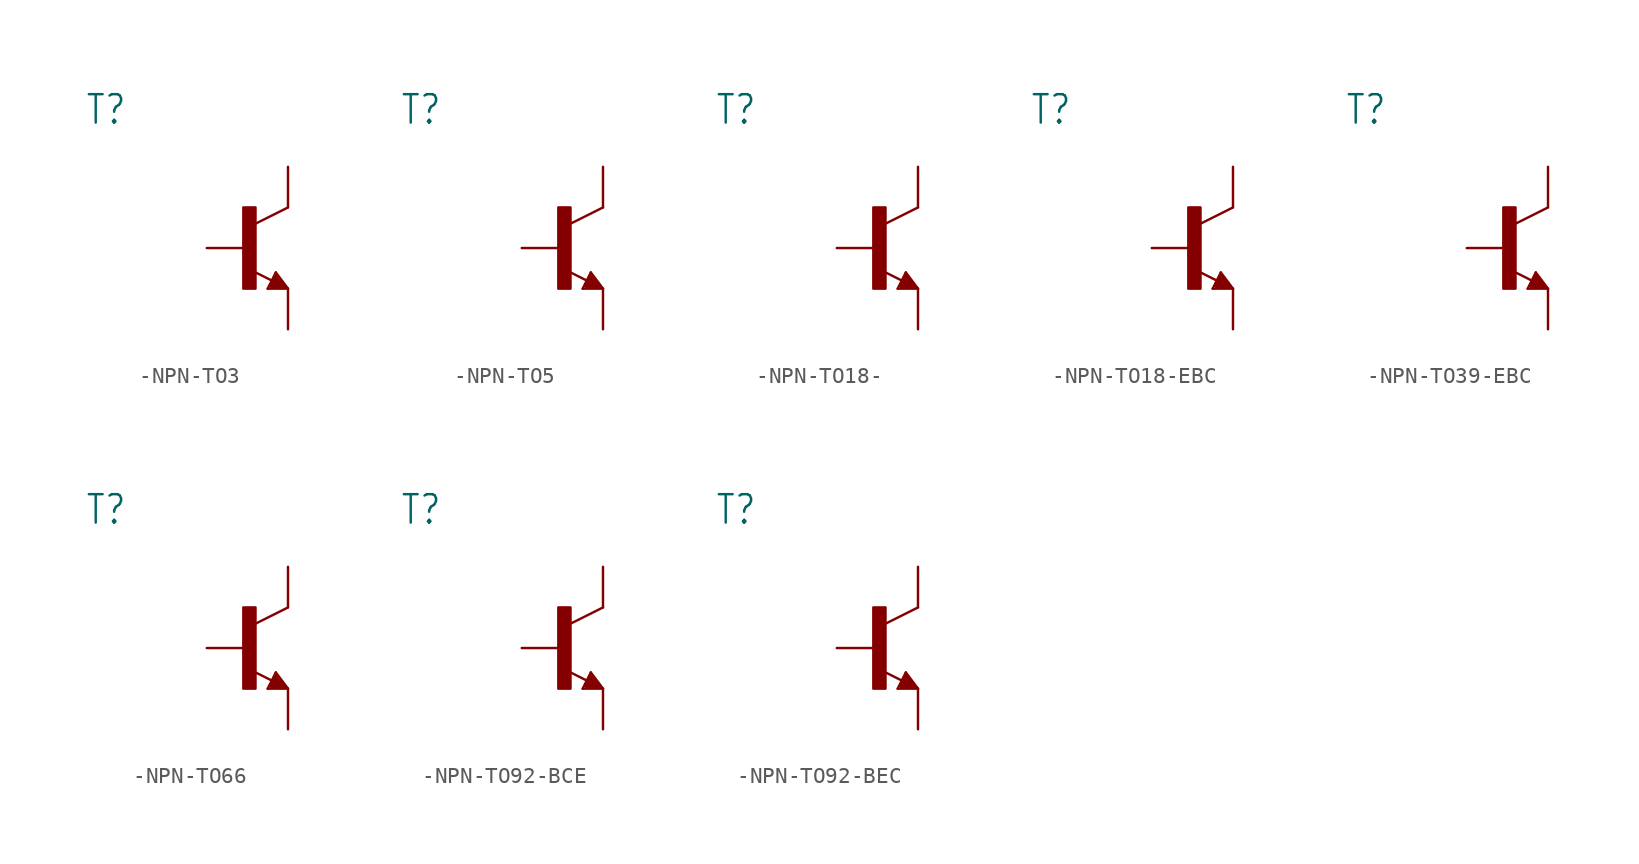
<source format=kicad_sym>
(kicad_symbol_lib
  (version 20231120)
  (generator "kicad_symbol_editor")
  (generator_version "8.0")
  (symbol "-NPN-TO3"
    (property "Reference" "T"
      (at -10.16 7.62 0)
      (effects (font (size 1.778 1.511)) (justify left bottom)))
    (property "Value" ""
      (at -10.16 5.08 0)
      (effects (font (size 1.778 1.511)) (justify left bottom)))
    (property "ki_locked" ""
      (at 0 0 0)
      (effects (font (size 1.27 1.27))))
    (symbol "-NPN-TO3_1_0"
      (rectangle (start -0.254 -2.54) (end 0.508 2.54) (stroke (width 0) (type default)) (fill (type outline)))
      (polyline (pts (xy 1.27 -2.54) (xy 1.778 -1.524)) (stroke (width 0.152) (type solid)) (fill (type none)))
      (polyline (pts (xy 1.524 -2.413) (xy 2.286 -2.413)) (stroke (width 0.254) (type solid)) (fill (type none)))
      (polyline (pts (xy 1.524 -2.286) (xy 1.905 -2.286)) (stroke (width 0.254) (type solid)) (fill (type none)))
      (polyline (pts (xy 1.54 -2.04) (xy 0.308 -1.424)) (stroke (width 0.152) (type solid)) (fill (type none)))
      (polyline (pts (xy 1.778 -1.778) (xy 1.524 -2.286)) (stroke (width 0.254) (type solid)) (fill (type none)))
      (polyline (pts (xy 1.778 -1.524) (xy 2.54 -2.54)) (stroke (width 0.152) (type solid)) (fill (type none)))
      (polyline (pts (xy 1.905 -2.286) (xy 1.778 -2.032)) (stroke (width 0.254) (type solid)) (fill (type none)))
      (polyline (pts (xy 2.286 -2.413) (xy 1.778 -1.778)) (stroke (width 0.254) (type solid)) (fill (type none)))
      (polyline (pts (xy 2.54 -2.54) (xy 1.27 -2.54)) (stroke (width 0.152) (type solid)) (fill (type none)))
      (polyline (pts (xy 2.54 2.54) (xy 0.508 1.524)) (stroke (width 0.152) (type solid)) (fill (type none)))
      (pin passive line (at -2.54 0 0) (length 2.54) (name "B" (effects (font (size 0 0)))) (number "B" (effects (font (size 0 0)))))
      (pin passive line (at 2.54 5.08 270) (length 2.54) (name "C" (effects (font (size 0 0)))) (number "C" (effects (font (size 0 0)))))
      (pin passive line (at 2.54 -5.08 90) (length 2.54) (name "E" (effects (font (size 0 0)))) (number "E" (effects (font (size 0 0)))))))
  (symbol "-NPN-TO5"
    (property "Reference" "T"
      (at -10.16 7.62 0)
      (effects (font (size 1.778 1.511)) (justify left bottom)))
    (property "Value" ""
      (at -10.16 5.08 0)
      (effects (font (size 1.778 1.511)) (justify left bottom)))
    (property "ki_locked" ""
      (at 0 0 0)
      (effects (font (size 1.27 1.27))))
    (symbol "-NPN-TO5_1_0"
      (rectangle (start -0.254 -2.54) (end 0.508 2.54) (stroke (width 0) (type default)) (fill (type outline)))
      (polyline (pts (xy 1.27 -2.54) (xy 1.778 -1.524)) (stroke (width 0.152) (type solid)) (fill (type none)))
      (polyline (pts (xy 1.524 -2.413) (xy 2.286 -2.413)) (stroke (width 0.254) (type solid)) (fill (type none)))
      (polyline (pts (xy 1.524 -2.286) (xy 1.905 -2.286)) (stroke (width 0.254) (type solid)) (fill (type none)))
      (polyline (pts (xy 1.54 -2.04) (xy 0.308 -1.424)) (stroke (width 0.152) (type solid)) (fill (type none)))
      (polyline (pts (xy 1.778 -1.778) (xy 1.524 -2.286)) (stroke (width 0.254) (type solid)) (fill (type none)))
      (polyline (pts (xy 1.778 -1.524) (xy 2.54 -2.54)) (stroke (width 0.152) (type solid)) (fill (type none)))
      (polyline (pts (xy 1.905 -2.286) (xy 1.778 -2.032)) (stroke (width 0.254) (type solid)) (fill (type none)))
      (polyline (pts (xy 2.286 -2.413) (xy 1.778 -1.778)) (stroke (width 0.254) (type solid)) (fill (type none)))
      (polyline (pts (xy 2.54 -2.54) (xy 1.27 -2.54)) (stroke (width 0.152) (type solid)) (fill (type none)))
      (polyline (pts (xy 2.54 2.54) (xy 0.508 1.524)) (stroke (width 0.152) (type solid)) (fill (type none)))
      (pin passive line (at 2.54 -5.08 90) (length 2.54) (name "E" (effects (font (size 0 0)))) (number "1" (effects (font (size 0 0)))))
      (pin passive line (at -2.54 0 0) (length 2.54) (name "B" (effects (font (size 0 0)))) (number "2" (effects (font (size 0 0)))))
      (pin passive line (at 2.54 5.08 270) (length 2.54) (name "C" (effects (font (size 0 0)))) (number "3" (effects (font (size 0 0)))))))
  (symbol "-NPN-TO18-"
    (property "Reference" "T"
      (at -10.16 7.62 0)
      (effects (font (size 1.778 1.511)) (justify left bottom)))
    (property "Value" ""
      (at -10.16 5.08 0)
      (effects (font (size 1.778 1.511)) (justify left bottom)))
    (property "ki_locked" ""
      (at 0 0 0)
      (effects (font (size 1.27 1.27))))
    (symbol "-NPN-TO18-_1_0"
      (rectangle (start -0.254 -2.54) (end 0.508 2.54) (stroke (width 0) (type default)) (fill (type outline)))
      (polyline (pts (xy 1.27 -2.54) (xy 1.778 -1.524)) (stroke (width 0.152) (type solid)) (fill (type none)))
      (polyline (pts (xy 1.524 -2.413) (xy 2.286 -2.413)) (stroke (width 0.254) (type solid)) (fill (type none)))
      (polyline (pts (xy 1.524 -2.286) (xy 1.905 -2.286)) (stroke (width 0.254) (type solid)) (fill (type none)))
      (polyline (pts (xy 1.54 -2.04) (xy 0.308 -1.424)) (stroke (width 0.152) (type solid)) (fill (type none)))
      (polyline (pts (xy 1.778 -1.778) (xy 1.524 -2.286)) (stroke (width 0.254) (type solid)) (fill (type none)))
      (polyline (pts (xy 1.778 -1.524) (xy 2.54 -2.54)) (stroke (width 0.152) (type solid)) (fill (type none)))
      (polyline (pts (xy 1.905 -2.286) (xy 1.778 -2.032)) (stroke (width 0.254) (type solid)) (fill (type none)))
      (polyline (pts (xy 2.286 -2.413) (xy 1.778 -1.778)) (stroke (width 0.254) (type solid)) (fill (type none)))
      (polyline (pts (xy 2.54 -2.54) (xy 1.27 -2.54)) (stroke (width 0.152) (type solid)) (fill (type none)))
      (polyline (pts (xy 2.54 2.54) (xy 0.508 1.524)) (stroke (width 0.152) (type solid)) (fill (type none)))
      (pin passive line (at 2.54 -5.08 90) (length 2.54) (name "E" (effects (font (size 0 0)))) (number "1" (effects (font (size 0 0)))))
      (pin passive line (at -2.54 0 0) (length 2.54) (name "B" (effects (font (size 0 0)))) (number "2" (effects (font (size 0 0)))))
      (pin passive line (at 2.54 5.08 270) (length 2.54) (name "C" (effects (font (size 0 0)))) (number "3" (effects (font (size 0 0)))))))
  (symbol "-NPN-TO18-EBC"
    (property "Reference" "T"
      (at -10.16 7.62 0)
      (effects (font (size 1.778 1.511)) (justify left bottom)))
    (property "Value" ""
      (at -10.16 5.08 0)
      (effects (font (size 1.778 1.511)) (justify left bottom)))
    (property "ki_locked" ""
      (at 0 0 0)
      (effects (font (size 1.27 1.27))))
    (symbol "-NPN-TO18-EBC_1_0"
      (rectangle (start -0.254 -2.54) (end 0.508 2.54) (stroke (width 0) (type default)) (fill (type outline)))
      (polyline (pts (xy 1.27 -2.54) (xy 1.778 -1.524)) (stroke (width 0.152) (type solid)) (fill (type none)))
      (polyline (pts (xy 1.524 -2.413) (xy 2.286 -2.413)) (stroke (width 0.254) (type solid)) (fill (type none)))
      (polyline (pts (xy 1.524 -2.286) (xy 1.905 -2.286)) (stroke (width 0.254) (type solid)) (fill (type none)))
      (polyline (pts (xy 1.54 -2.04) (xy 0.308 -1.424)) (stroke (width 0.152) (type solid)) (fill (type none)))
      (polyline (pts (xy 1.778 -1.778) (xy 1.524 -2.286)) (stroke (width 0.254) (type solid)) (fill (type none)))
      (polyline (pts (xy 1.778 -1.524) (xy 2.54 -2.54)) (stroke (width 0.152) (type solid)) (fill (type none)))
      (polyline (pts (xy 1.905 -2.286) (xy 1.778 -2.032)) (stroke (width 0.254) (type solid)) (fill (type none)))
      (polyline (pts (xy 2.286 -2.413) (xy 1.778 -1.778)) (stroke (width 0.254) (type solid)) (fill (type none)))
      (polyline (pts (xy 2.54 -2.54) (xy 1.27 -2.54)) (stroke (width 0.152) (type solid)) (fill (type none)))
      (polyline (pts (xy 2.54 2.54) (xy 0.508 1.524)) (stroke (width 0.152) (type solid)) (fill (type none)))
      (pin passive line (at 2.54 -5.08 90) (length 2.54) (name "E" (effects (font (size 0 0)))) (number "1" (effects (font (size 0 0)))))
      (pin passive line (at -2.54 0 0) (length 2.54) (name "B" (effects (font (size 0 0)))) (number "2" (effects (font (size 0 0)))))
      (pin passive line (at 2.54 5.08 270) (length 2.54) (name "C" (effects (font (size 0 0)))) (number "3" (effects (font (size 0 0)))))))
  (symbol "-NPN-TO39-EBC"
    (property "Reference" "T"
      (at -10.16 7.62 0)
      (effects (font (size 1.778 1.511)) (justify left bottom)))
    (property "Value" ""
      (at -10.16 5.08 0)
      (effects (font (size 1.778 1.511)) (justify left bottom)))
    (property "ki_locked" ""
      (at 0 0 0)
      (effects (font (size 1.27 1.27))))
    (symbol "-NPN-TO39-EBC_1_0"
      (rectangle (start -0.254 -2.54) (end 0.508 2.54) (stroke (width 0) (type default)) (fill (type outline)))
      (polyline (pts (xy 1.27 -2.54) (xy 1.778 -1.524)) (stroke (width 0.152) (type solid)) (fill (type none)))
      (polyline (pts (xy 1.524 -2.413) (xy 2.286 -2.413)) (stroke (width 0.254) (type solid)) (fill (type none)))
      (polyline (pts (xy 1.524 -2.286) (xy 1.905 -2.286)) (stroke (width 0.254) (type solid)) (fill (type none)))
      (polyline (pts (xy 1.54 -2.04) (xy 0.308 -1.424)) (stroke (width 0.152) (type solid)) (fill (type none)))
      (polyline (pts (xy 1.778 -1.778) (xy 1.524 -2.286)) (stroke (width 0.254) (type solid)) (fill (type none)))
      (polyline (pts (xy 1.778 -1.524) (xy 2.54 -2.54)) (stroke (width 0.152) (type solid)) (fill (type none)))
      (polyline (pts (xy 1.905 -2.286) (xy 1.778 -2.032)) (stroke (width 0.254) (type solid)) (fill (type none)))
      (polyline (pts (xy 2.286 -2.413) (xy 1.778 -1.778)) (stroke (width 0.254) (type solid)) (fill (type none)))
      (polyline (pts (xy 2.54 -2.54) (xy 1.27 -2.54)) (stroke (width 0.152) (type solid)) (fill (type none)))
      (polyline (pts (xy 2.54 2.54) (xy 0.508 1.524)) (stroke (width 0.152) (type solid)) (fill (type none)))
      (pin passive line (at 2.54 -5.08 90) (length 2.54) (name "E" (effects (font (size 0 0)))) (number "1" (effects (font (size 0 0)))))
      (pin passive line (at -2.54 0 0) (length 2.54) (name "B" (effects (font (size 0 0)))) (number "2" (effects (font (size 0 0)))))
      (pin passive line (at 2.54 5.08 270) (length 2.54) (name "C" (effects (font (size 0 0)))) (number "3" (effects (font (size 0 0)))))))
  (symbol "-NPN-TO66"
    (property "Reference" "T"
      (at -10.16 7.62 0)
      (effects (font (size 1.778 1.511)) (justify left bottom)))
    (property "Value" ""
      (at -10.16 5.08 0)
      (effects (font (size 1.778 1.511)) (justify left bottom)))
    (property "ki_locked" ""
      (at 0 0 0)
      (effects (font (size 1.27 1.27))))
    (symbol "-NPN-TO66_1_0"
      (rectangle (start -0.254 -2.54) (end 0.508 2.54) (stroke (width 0) (type default)) (fill (type outline)))
      (polyline (pts (xy 1.27 -2.54) (xy 1.778 -1.524)) (stroke (width 0.152) (type solid)) (fill (type none)))
      (polyline (pts (xy 1.524 -2.413) (xy 2.286 -2.413)) (stroke (width 0.254) (type solid)) (fill (type none)))
      (polyline (pts (xy 1.524 -2.286) (xy 1.905 -2.286)) (stroke (width 0.254) (type solid)) (fill (type none)))
      (polyline (pts (xy 1.54 -2.04) (xy 0.308 -1.424)) (stroke (width 0.152) (type solid)) (fill (type none)))
      (polyline (pts (xy 1.778 -1.778) (xy 1.524 -2.286)) (stroke (width 0.254) (type solid)) (fill (type none)))
      (polyline (pts (xy 1.778 -1.524) (xy 2.54 -2.54)) (stroke (width 0.152) (type solid)) (fill (type none)))
      (polyline (pts (xy 1.905 -2.286) (xy 1.778 -2.032)) (stroke (width 0.254) (type solid)) (fill (type none)))
      (polyline (pts (xy 2.286 -2.413) (xy 1.778 -1.778)) (stroke (width 0.254) (type solid)) (fill (type none)))
      (polyline (pts (xy 2.54 -2.54) (xy 1.27 -2.54)) (stroke (width 0.152) (type solid)) (fill (type none)))
      (polyline (pts (xy 2.54 2.54) (xy 0.508 1.524)) (stroke (width 0.152) (type solid)) (fill (type none)))
      (pin passive line (at 2.54 -5.08 90) (length 2.54) (name "E" (effects (font (size 0 0)))) (number "1" (effects (font (size 0 0)))))
      (pin passive line (at -2.54 0 0) (length 2.54) (name "B" (effects (font (size 0 0)))) (number "2" (effects (font (size 0 0)))))
      (pin passive line (at 2.54 5.08 270) (length 2.54) (name "C" (effects (font (size 0 0)))) (number "3" (effects (font (size 0 0)))))))
  (symbol "-NPN-TO92-BCE"
    (property "Reference" "T"
      (at -10.16 7.62 0)
      (effects (font (size 1.778 1.511)) (justify left bottom)))
    (property "Value" ""
      (at -10.16 5.08 0)
      (effects (font (size 1.778 1.511)) (justify left bottom)))
    (property "ki_locked" ""
      (at 0 0 0)
      (effects (font (size 1.27 1.27))))
    (symbol "-NPN-TO92-BCE_1_0"
      (rectangle (start -0.254 -2.54) (end 0.508 2.54) (stroke (width 0) (type default)) (fill (type outline)))
      (polyline (pts (xy 1.27 -2.54) (xy 1.778 -1.524)) (stroke (width 0.152) (type solid)) (fill (type none)))
      (polyline (pts (xy 1.524 -2.413) (xy 2.286 -2.413)) (stroke (width 0.254) (type solid)) (fill (type none)))
      (polyline (pts (xy 1.524 -2.286) (xy 1.905 -2.286)) (stroke (width 0.254) (type solid)) (fill (type none)))
      (polyline (pts (xy 1.54 -2.04) (xy 0.308 -1.424)) (stroke (width 0.152) (type solid)) (fill (type none)))
      (polyline (pts (xy 1.778 -1.778) (xy 1.524 -2.286)) (stroke (width 0.254) (type solid)) (fill (type none)))
      (polyline (pts (xy 1.778 -1.524) (xy 2.54 -2.54)) (stroke (width 0.152) (type solid)) (fill (type none)))
      (polyline (pts (xy 1.905 -2.286) (xy 1.778 -2.032)) (stroke (width 0.254) (type solid)) (fill (type none)))
      (polyline (pts (xy 2.286 -2.413) (xy 1.778 -1.778)) (stroke (width 0.254) (type solid)) (fill (type none)))
      (polyline (pts (xy 2.54 -2.54) (xy 1.27 -2.54)) (stroke (width 0.152) (type solid)) (fill (type none)))
      (polyline (pts (xy 2.54 2.54) (xy 0.508 1.524)) (stroke (width 0.152) (type solid)) (fill (type none)))
      (pin passive line (at -2.54 0 0) (length 2.54) (name "B" (effects (font (size 0 0)))) (number "B" (effects (font (size 0 0)))))
      (pin passive line (at 2.54 5.08 270) (length 2.54) (name "C" (effects (font (size 0 0)))) (number "C" (effects (font (size 0 0)))))
      (pin passive line (at 2.54 -5.08 90) (length 2.54) (name "E" (effects (font (size 0 0)))) (number "E" (effects (font (size 0 0)))))))
  (symbol "-NPN-TO92-BEC"
    (property "Reference" "T"
      (at -10.16 7.62 0)
      (effects (font (size 1.778 1.511)) (justify left bottom)))
    (property "Value" ""
      (at -10.16 5.08 0)
      (effects (font (size 1.778 1.511)) (justify left bottom)))
    (property "ki_locked" ""
      (at 0 0 0)
      (effects (font (size 1.27 1.27))))
    (symbol "-NPN-TO92-BEC_1_0"
      (rectangle (start -0.254 -2.54) (end 0.508 2.54) (stroke (width 0) (type default)) (fill (type outline)))
      (polyline (pts (xy 1.27 -2.54) (xy 1.778 -1.524)) (stroke (width 0.152) (type solid)) (fill (type none)))
      (polyline (pts (xy 1.524 -2.413) (xy 2.286 -2.413)) (stroke (width 0.254) (type solid)) (fill (type none)))
      (polyline (pts (xy 1.524 -2.286) (xy 1.905 -2.286)) (stroke (width 0.254) (type solid)) (fill (type none)))
      (polyline (pts (xy 1.54 -2.04) (xy 0.308 -1.424)) (stroke (width 0.152) (type solid)) (fill (type none)))
      (polyline (pts (xy 1.778 -1.778) (xy 1.524 -2.286)) (stroke (width 0.254) (type solid)) (fill (type none)))
      (polyline (pts (xy 1.778 -1.524) (xy 2.54 -2.54)) (stroke (width 0.152) (type solid)) (fill (type none)))
      (polyline (pts (xy 1.905 -2.286) (xy 1.778 -2.032)) (stroke (width 0.254) (type solid)) (fill (type none)))
      (polyline (pts (xy 2.286 -2.413) (xy 1.778 -1.778)) (stroke (width 0.254) (type solid)) (fill (type none)))
      (polyline (pts (xy 2.54 -2.54) (xy 1.27 -2.54)) (stroke (width 0.152) (type solid)) (fill (type none)))
      (polyline (pts (xy 2.54 2.54) (xy 0.508 1.524)) (stroke (width 0.152) (type solid)) (fill (type none)))
      (pin passive line (at -2.54 0 0) (length 2.54) (name "B" (effects (font (size 0 0)))) (number "B" (effects (font (size 0 0)))))
      (pin passive line (at 2.54 5.08 270) (length 2.54) (name "C" (effects (font (size 0 0)))) (number "C" (effects (font (size 0 0)))))
      (pin passive line (at 2.54 -5.08 90) (length 2.54) (name "E" (effects (font (size 0 0)))) (number "E" (effects (font (size 0 0))))))))
</source>
